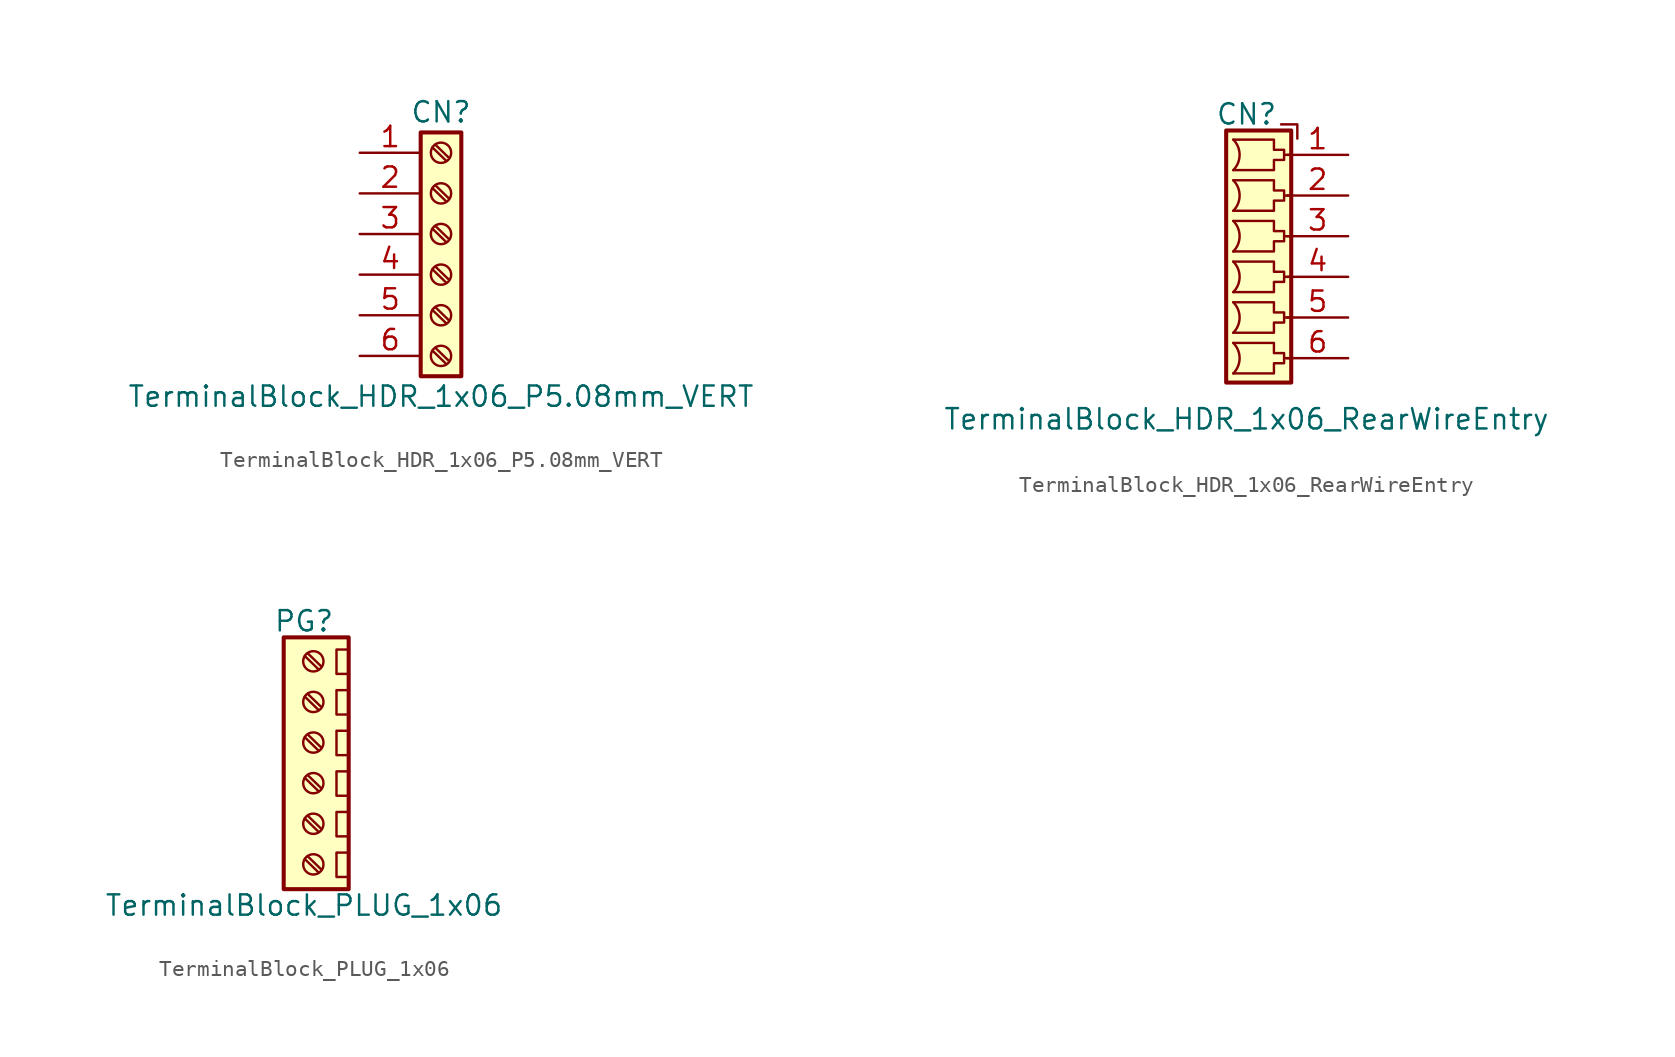
<source format=kicad_sym>
(kicad_symbol_lib
  (version 20231120)
  (generator "kicad_symbol_editor")
  (generator_version "8.0")
  (symbol "TerminalBlock_HDR_1x06_P5.08mm_VERT"
    (pin_names
      (offset 1.016) hide)
    (property "Reference" "CN"
      (at 0 7.62 0)
      (effects (font (size 1.27 1.27))))
    (property "Value" "TerminalBlock_HDR_1x06_P5.08mm_VERT"
      (at 0 -10.16 0)
      (effects (font (size 1.27 1.27))))
    (symbol "TerminalBlock_HDR_1x06_P5.08mm_VERT_1_1"
      (rectangle (start -1.27 6.35) (end 1.27 -8.89) (stroke (width 0.254) (type default)) (fill (type background)))
      (circle (center 0 -7.62) (radius 0.635) (stroke (width 0.152) (type default)) (fill (type none)))
      (circle (center 0 -5.08) (radius 0.635) (stroke (width 0.152) (type default)) (fill (type none)))
      (circle (center 0 -2.54) (radius 0.635) (stroke (width 0.152) (type default)) (fill (type none)))
      (polyline (pts (xy -0.533 -7.29) (xy 0.33 -8.128)) (stroke (width 0.152) (type default)) (fill (type none)))
      (polyline (pts (xy -0.533 -4.75) (xy 0.33 -5.588)) (stroke (width 0.152) (type default)) (fill (type none)))
      (polyline (pts (xy -0.533 -2.21) (xy 0.33 -3.048)) (stroke (width 0.152) (type default)) (fill (type none)))
      (polyline (pts (xy -0.533 0.33) (xy 0.33 -0.508)) (stroke (width 0.152) (type default)) (fill (type none)))
      (polyline (pts (xy -0.533 2.87) (xy 0.33 2.032)) (stroke (width 0.152) (type default)) (fill (type none)))
      (polyline (pts (xy -0.533 5.41) (xy 0.33 4.572)) (stroke (width 0.152) (type default)) (fill (type none)))
      (polyline (pts (xy -0.356 -7.112) (xy 0.508 -7.95)) (stroke (width 0.152) (type default)) (fill (type none)))
      (polyline (pts (xy -0.356 -4.572) (xy 0.508 -5.41)) (stroke (width 0.152) (type default)) (fill (type none)))
      (polyline (pts (xy -0.356 -2.032) (xy 0.508 -2.87)) (stroke (width 0.152) (type default)) (fill (type none)))
      (polyline (pts (xy -0.356 0.508) (xy 0.508 -0.33)) (stroke (width 0.152) (type default)) (fill (type none)))
      (polyline (pts (xy -0.356 3.048) (xy 0.508 2.21)) (stroke (width 0.152) (type default)) (fill (type none)))
      (polyline (pts (xy -0.356 5.588) (xy 0.508 4.75)) (stroke (width 0.152) (type default)) (fill (type none)))
      (circle (center 0 0) (radius 0.635) (stroke (width 0.152) (type default)) (fill (type none)))
      (circle (center 0 2.54) (radius 0.635) (stroke (width 0.152) (type default)) (fill (type none)))
      (circle (center 0 5.08) (radius 0.635) (stroke (width 0.152) (type default)) (fill (type none)))
      (pin passive line (at -5.08 5.08 0) (length 3.81) (name "Pin_1" (effects (font (size 1.27 1.27)))) (number "1" (effects (font (size 1.27 1.27)))))
      (pin passive line (at -5.08 2.54 0) (length 3.81) (name "Pin_2" (effects (font (size 1.27 1.27)))) (number "2" (effects (font (size 1.27 1.27)))))
      (pin passive line (at -5.08 0 0) (length 3.81) (name "Pin_3" (effects (font (size 1.27 1.27)))) (number "3" (effects (font (size 1.27 1.27)))))
      (pin passive line (at -5.08 -2.54 0) (length 3.81) (name "Pin_4" (effects (font (size 1.27 1.27)))) (number "4" (effects (font (size 1.27 1.27)))))
      (pin passive line (at -5.08 -5.08 0) (length 3.81) (name "Pin_5" (effects (font (size 1.27 1.27)))) (number "5" (effects (font (size 1.27 1.27)))))
      (pin passive line (at -5.08 -7.62 0) (length 3.81) (name "Pin_6" (effects (font (size 1.27 1.27)))) (number "6" (effects (font (size 1.27 1.27)))))))
  (symbol "TerminalBlock_HDR_1x06_RearWireEntry"
    (pin_names
      (offset 1.016) hide)
    (property "Reference" "CN"
      (at 0 7.62 0)
      (effects (font (size 1.27 1.27))))
    (property "Value" "TerminalBlock_HDR_1x06_RearWireEntry"
      (at 0 -11.43 0)
      (effects (font (size 1.27 1.27))))
    (symbol "TerminalBlock_HDR_1x06_RearWireEntry_0_1"
      (arc (start -0.8256 -8.5725) (mid -0.431 -7.62) (end -0.8256 -6.6675) (stroke (width 0) (type default)) (fill (type none)))
      (arc (start -0.8256 -6.0325) (mid -0.431 -5.08) (end -0.8256 -4.1275) (stroke (width 0) (type default)) (fill (type none)))
      (arc (start -0.8256 -3.4925) (mid -0.431 -2.54) (end -0.8256 -1.5875) (stroke (width 0) (type default)) (fill (type none)))
      (arc (start -0.8256 -0.9525) (mid -0.431 0) (end -0.8256 0.9525) (stroke (width 0) (type default)) (fill (type none)))
      (arc (start -0.8257 1.5875) (mid -0.4311 2.54) (end -0.8257 3.4925) (stroke (width 0) (type default)) (fill (type none)))
      (arc (start -0.8257 4.1275) (mid -0.4311 5.08) (end -0.8257 6.0325) (stroke (width 0) (type default)) (fill (type none)))
      (polyline (pts (xy 2.413 -7.62) (xy 2.794 -7.62)) (stroke (width 0) (type default)) (fill (type none)))
      (polyline (pts (xy 2.413 -5.08) (xy 2.794 -5.08)) (stroke (width 0) (type default)) (fill (type none)))
      (polyline (pts (xy 2.413 -2.54) (xy 2.794 -2.54)) (stroke (width 0) (type default)) (fill (type none)))
      (polyline (pts (xy 2.413 0) (xy 2.794 0)) (stroke (width 0) (type default)) (fill (type none)))
      (polyline (pts (xy 2.413 2.54) (xy 2.667 2.54)) (stroke (width 0) (type default)) (fill (type none)))
      (polyline (pts (xy 2.413 5.08) (xy 2.794 5.08)) (stroke (width 0) (type default)) (fill (type none)))
      (polyline (pts (xy 2.159 6.985) (xy 3.175 6.985) (xy 3.175 6.096)) (stroke (width 0) (type default)) (fill (type none)))
      (polyline (pts (xy -0.826 -8.572) (xy 1.714 -8.572) (xy 1.714 -7.938) (xy 2.349 -7.938) (xy 2.349 -7.303) (xy 1.714 -7.303) (xy 1.714 -6.668) (xy -0.826 -6.668)) (stroke (width 0) (type default)) (fill (type none)))
      (polyline (pts (xy -0.826 -6.032) (xy 1.714 -6.032) (xy 1.714 -5.397) (xy 2.349 -5.397) (xy 2.349 -4.763) (xy 1.714 -4.763) (xy 1.714 -4.128) (xy -0.826 -4.128)) (stroke (width 0) (type default)) (fill (type none)))
      (polyline (pts (xy -0.826 -3.493) (xy 1.714 -3.493) (xy 1.714 -2.857) (xy 2.349 -2.857) (xy 2.349 -2.223) (xy 1.714 -2.223) (xy 1.714 -1.587) (xy -0.826 -1.587)) (stroke (width 0) (type default)) (fill (type none)))
      (polyline (pts (xy -0.826 -0.953) (xy 1.714 -0.953) (xy 1.714 -0.318) (xy 2.349 -0.318) (xy 2.349 0.318) (xy 1.714 0.318) (xy 1.714 0.953) (xy -0.826 0.953)) (stroke (width 0) (type default)) (fill (type none)))
      (polyline (pts (xy -0.826 1.587) (xy 1.714 1.587) (xy 1.714 2.223) (xy 2.349 2.223) (xy 2.349 2.857) (xy 1.714 2.857) (xy 1.714 3.493) (xy -0.826 3.493)) (stroke (width 0) (type default)) (fill (type none)))
      (polyline (pts (xy -0.826 4.128) (xy 1.714 4.128) (xy 1.714 4.763) (xy 2.349 4.763) (xy 2.349 5.397) (xy 1.714 5.397) (xy 1.714 6.032) (xy -0.826 6.032)) (stroke (width 0) (type default)) (fill (type none))))
    (symbol "TerminalBlock_HDR_1x06_RearWireEntry_1_1"
      (rectangle (start -1.27 6.604) (end 2.794 -9.144) (stroke (width 0.254) (type default)) (fill (type background)))
      (pin passive line (at 6.35 5.08 180) (length 3.81) (name "Pin_1" (effects (font (size 1.27 1.27)))) (number "1" (effects (font (size 1.27 1.27)))))
      (pin passive line (at 6.35 2.54 180) (length 3.81) (name "Pin_2" (effects (font (size 1.27 1.27)))) (number "2" (effects (font (size 1.27 1.27)))))
      (pin passive line (at 6.35 0 180) (length 3.81) (name "Pin_3" (effects (font (size 1.27 1.27)))) (number "3" (effects (font (size 1.27 1.27)))))
      (pin passive line (at 6.35 -2.54 180) (length 3.81) (name "Pin_4" (effects (font (size 1.27 1.27)))) (number "4" (effects (font (size 1.27 1.27)))))
      (pin passive line (at 6.35 -5.08 180) (length 3.81) (name "Pin_5" (effects (font (size 1.27 1.27)))) (number "5" (effects (font (size 1.27 1.27)))))
      (pin passive line (at 6.35 -7.62 180) (length 3.81) (name "Pin_6" (effects (font (size 1.27 1.27)))) (number "6" (effects (font (size 1.27 1.27)))))))
  (symbol "TerminalBlock_PLUG_1x06"
    (pin_names
      (offset 1.016) hide)
    (property "Reference" "PG"
      (at 0 7.62 0)
      (effects (font (size 1.27 1.27))))
    (property "Value" "TerminalBlock_PLUG_1x06"
      (at 0 -10.16 0)
      (effects (font (size 1.27 1.27))))
    (symbol "TerminalBlock_PLUG_1x06_0_1"
      (polyline (pts (xy 2.794 -6.858) (xy 2.032 -6.858) (xy 2.032 -8.382) (xy 2.794 -8.382)) (stroke (width 0) (type default)) (fill (type none)))
      (polyline (pts (xy 2.794 -4.318) (xy 2.032 -4.318) (xy 2.032 -5.842) (xy 2.794 -5.842)) (stroke (width 0) (type default)) (fill (type none)))
      (polyline (pts (xy 2.794 -1.778) (xy 2.032 -1.778) (xy 2.032 -3.302) (xy 2.794 -3.302)) (stroke (width 0) (type default)) (fill (type none)))
      (polyline (pts (xy 2.794 0.762) (xy 2.032 0.762) (xy 2.032 -0.762) (xy 2.794 -0.762)) (stroke (width 0) (type default)) (fill (type none)))
      (polyline (pts (xy 2.794 3.302) (xy 2.032 3.302) (xy 2.032 1.778) (xy 2.794 1.778)) (stroke (width 0) (type default)) (fill (type none)))
      (polyline (pts (xy 2.794 5.842) (xy 2.032 5.842) (xy 2.032 4.318) (xy 2.794 4.318)) (stroke (width 0) (type default)) (fill (type none))))
    (symbol "TerminalBlock_PLUG_1x06_1_1"
      (rectangle (start -1.27 6.604) (end 2.794 -9.144) (stroke (width 0.254) (type default)) (fill (type background)))
      (polyline (pts (xy 0.051 -7.264) (xy 0.914 -8.103)) (stroke (width 0.152) (type default)) (fill (type none)))
      (polyline (pts (xy 0.051 -4.724) (xy 0.914 -5.563)) (stroke (width 0.152) (type default)) (fill (type none)))
      (polyline (pts (xy 0.051 -2.184) (xy 0.914 -3.023)) (stroke (width 0.152) (type default)) (fill (type none)))
      (polyline (pts (xy 0.051 0.356) (xy 0.914 -0.483)) (stroke (width 0.152) (type default)) (fill (type none)))
      (polyline (pts (xy 0.051 2.896) (xy 0.914 2.057)) (stroke (width 0.152) (type default)) (fill (type none)))
      (polyline (pts (xy 0.051 5.436) (xy 0.914 4.597)) (stroke (width 0.152) (type default)) (fill (type none)))
      (polyline (pts (xy 0.229 -7.087) (xy 1.092 -7.925)) (stroke (width 0.152) (type default)) (fill (type none)))
      (polyline (pts (xy 0.229 -4.547) (xy 1.092 -5.385)) (stroke (width 0.152) (type default)) (fill (type none)))
      (polyline (pts (xy 0.229 -2.007) (xy 1.092 -2.845)) (stroke (width 0.152) (type default)) (fill (type none)))
      (polyline (pts (xy 0.229 0.533) (xy 1.092 -0.305)) (stroke (width 0.152) (type default)) (fill (type none)))
      (polyline (pts (xy 0.229 3.073) (xy 1.092 2.235)) (stroke (width 0.152) (type default)) (fill (type none)))
      (polyline (pts (xy 0.229 5.613) (xy 1.092 4.775)) (stroke (width 0.152) (type default)) (fill (type none)))
      (circle (center 0.584 -7.595) (radius 0.635) (stroke (width 0.152) (type default)) (fill (type none)))
      (circle (center 0.584 -5.055) (radius 0.635) (stroke (width 0.152) (type default)) (fill (type none)))
      (circle (center 0.584 -2.515) (radius 0.635) (stroke (width 0.152) (type default)) (fill (type none)))
      (circle (center 0.584 0.025) (radius 0.635) (stroke (width 0.152) (type default)) (fill (type none)))
      (circle (center 0.584 2.565) (radius 0.635) (stroke (width 0.152) (type default)) (fill (type none)))
      (circle (center 0.584 5.105) (radius 0.635) (stroke (width 0.152) (type default)) (fill (type none))))))
</source>
